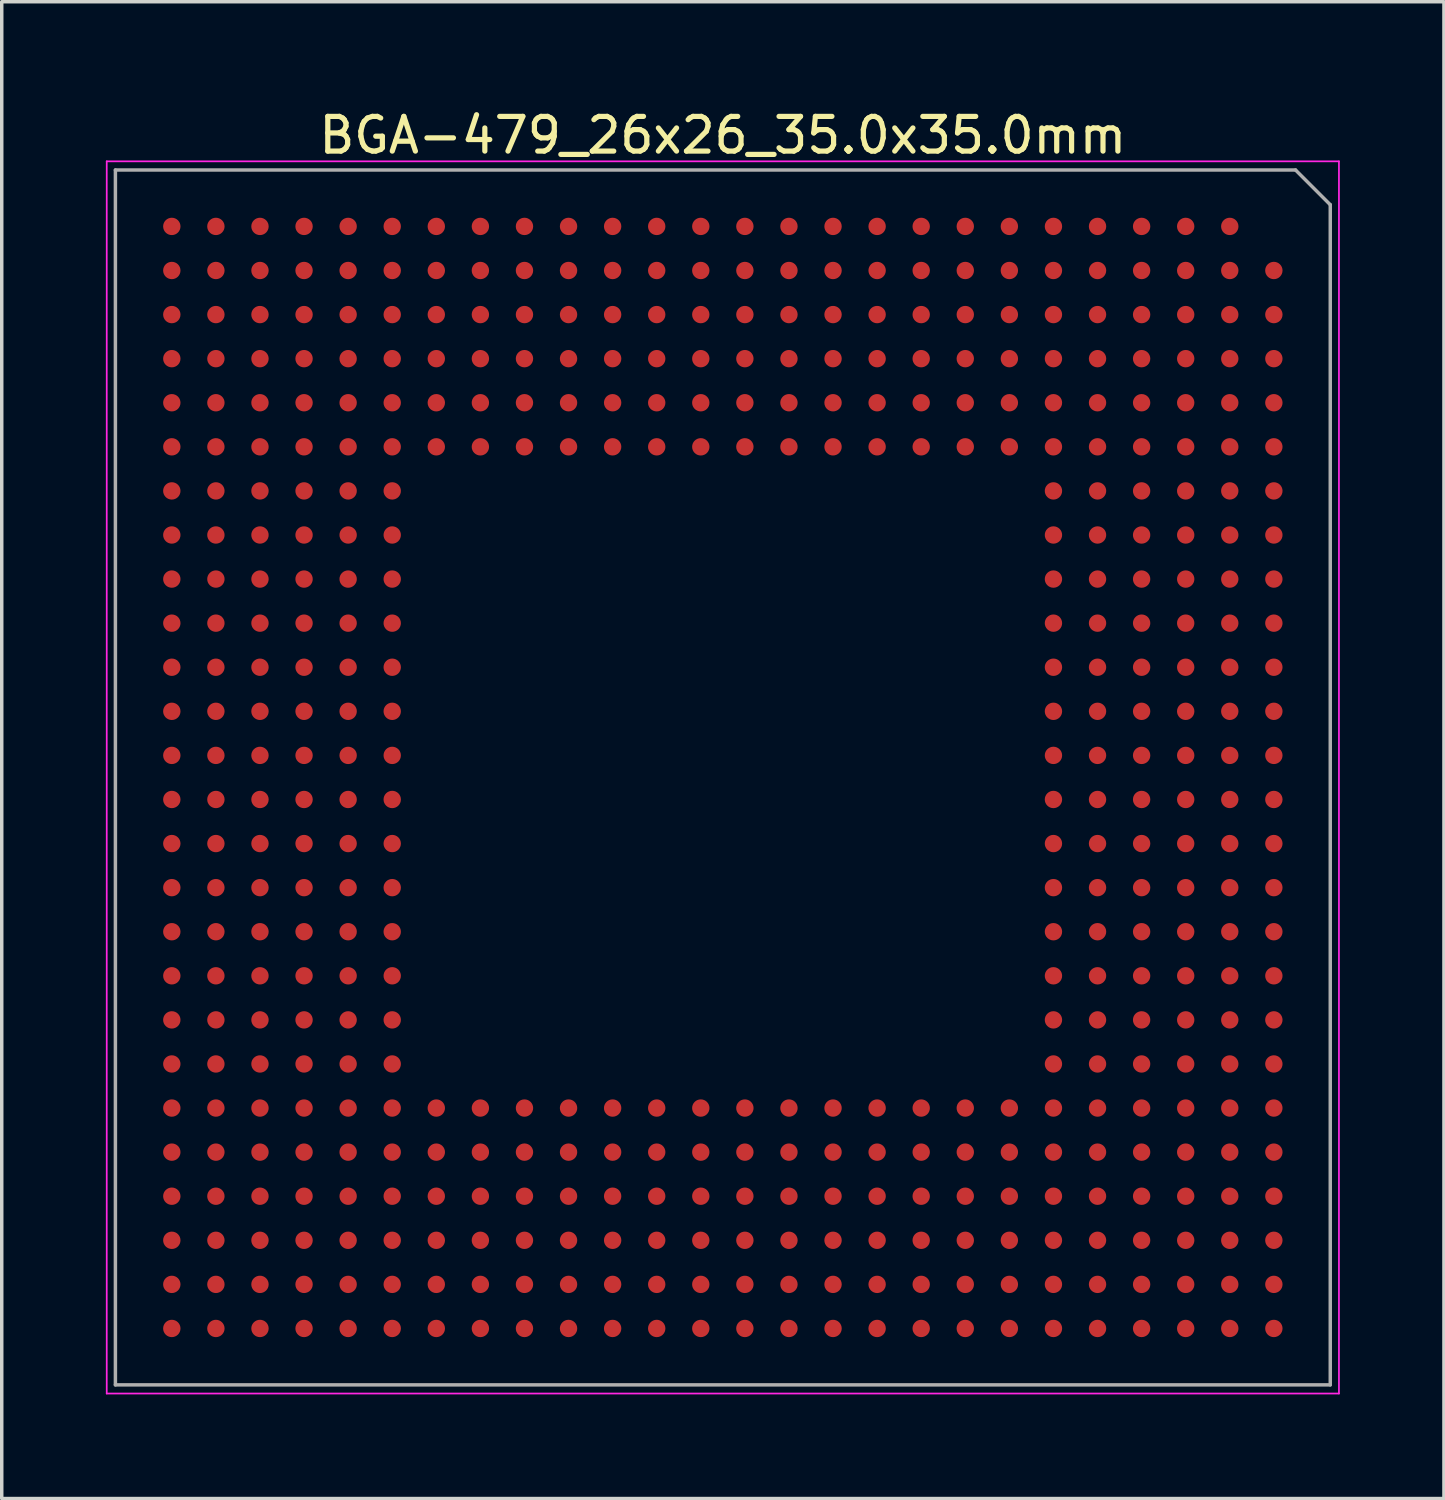
<source format=kicad_pcb>
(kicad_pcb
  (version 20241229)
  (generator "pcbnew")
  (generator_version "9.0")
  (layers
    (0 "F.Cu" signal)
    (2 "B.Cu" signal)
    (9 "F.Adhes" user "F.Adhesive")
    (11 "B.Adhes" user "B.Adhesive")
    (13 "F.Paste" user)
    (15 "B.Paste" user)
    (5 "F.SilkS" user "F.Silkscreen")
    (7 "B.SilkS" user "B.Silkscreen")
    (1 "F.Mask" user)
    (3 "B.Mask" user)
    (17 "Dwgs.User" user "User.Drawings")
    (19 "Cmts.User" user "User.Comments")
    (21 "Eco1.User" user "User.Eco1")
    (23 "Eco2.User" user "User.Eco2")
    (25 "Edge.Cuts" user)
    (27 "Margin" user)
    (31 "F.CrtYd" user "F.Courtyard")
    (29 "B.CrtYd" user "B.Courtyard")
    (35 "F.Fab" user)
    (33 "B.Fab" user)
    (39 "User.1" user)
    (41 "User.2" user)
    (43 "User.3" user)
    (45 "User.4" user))
  (footprint "BGA-479_26x26_35.0x35.0mm"
    (layer "F.Cu")
    (at 17.775 19.348)
    (property "Reference" "BGA-479_26x26_35.0x35.0mm" (at 0 -18.5 0) (layer "F.SilkS") (effects (font (size 1 1) (thickness 0.15))))
    (attr smd)
    (fp_line (start -17.75 -17.75) (end -17.75 17.75) (stroke (width 0.05) (type solid)) (layer "F.CrtYd"))
    (fp_line (start -17.75 17.75) (end 17.75 17.75) (stroke (width 0.05) (type solid)) (layer "F.CrtYd"))
    (fp_line (start 17.75 -17.75) (end -17.75 -17.75) (stroke (width 0.05) (type solid)) (layer "F.CrtYd"))
    (fp_line (start 17.75 17.75) (end 17.75 -17.75) (stroke (width 0.05) (type solid)) (layer "F.CrtYd"))
    (fp_line (start -17.5 -17.5) (end 16.5 -17.5) (stroke (width 0.1) (type solid)) (layer "F.Fab"))
    (fp_line (start -17.5 17.5) (end -17.5 -17.5) (stroke (width 0.1) (type solid)) (layer "F.Fab"))
    (fp_line (start 16.5 -17.5) (end 17.5 -16.5) (stroke (width 0.1) (type solid)) (layer "F.Fab"))
    (fp_line (start 17.5 -16.5) (end 17.5 17.5) (stroke (width 0.1) (type solid)) (layer "F.Fab"))
    (fp_line (start 17.5 17.5) (end -17.5 17.5) (stroke (width 0.1) (type solid)) (layer "F.Fab"))
    (pad "A2" smd circle (at 14.605 -15.875) (size 0.5 0.5) (layers "F.Cu" "F.Mask" "F.Paste"))
    (pad "A3" smd circle (at 13.335 -15.875) (size 0.5 0.5) (layers "F.Cu" "F.Mask" "F.Paste"))
    (pad "A4" smd circle (at 12.065 -15.875) (size 0.5 0.5) (layers "F.Cu" "F.Mask" "F.Paste"))
    (pad "A5" smd circle (at 10.795 -15.875) (size 0.5 0.5) (layers "F.Cu" "F.Mask" "F.Paste"))
    (pad "A6" smd circle (at 9.525 -15.875) (size 0.5 0.5) (layers "F.Cu" "F.Mask" "F.Paste"))
    (pad "A7" smd circle (at 8.255 -15.875) (size 0.5 0.5) (layers "F.Cu" "F.Mask" "F.Paste"))
    (pad "A8" smd circle (at 6.985 -15.875) (size 0.5 0.5) (layers "F.Cu" "F.Mask" "F.Paste"))
    (pad "A9" smd circle (at 5.715 -15.875) (size 0.5 0.5) (layers "F.Cu" "F.Mask" "F.Paste"))
    (pad "A10" smd circle (at 4.445 -15.875) (size 0.5 0.5) (layers "F.Cu" "F.Mask" "F.Paste"))
    (pad "A11" smd circle (at 3.175 -15.875) (size 0.5 0.5) (layers "F.Cu" "F.Mask" "F.Paste"))
    (pad "A12" smd circle (at 1.905 -15.875) (size 0.5 0.5) (layers "F.Cu" "F.Mask" "F.Paste"))
    (pad "A13" smd circle (at 0.635 -15.875) (size 0.5 0.5) (layers "F.Cu" "F.Mask" "F.Paste"))
    (pad "A14" smd circle (at -0.635 -15.875) (size 0.5 0.5) (layers "F.Cu" "F.Mask" "F.Paste"))
    (pad "A15" smd circle (at -1.905 -15.875) (size 0.5 0.5) (layers "F.Cu" "F.Mask" "F.Paste"))
    (pad "A16" smd circle (at -3.175 -15.875) (size 0.5 0.5) (layers "F.Cu" "F.Mask" "F.Paste"))
    (pad "A17" smd circle (at -4.445 -15.875) (size 0.5 0.5) (layers "F.Cu" "F.Mask" "F.Paste"))
    (pad "A18" smd circle (at -5.715 -15.875) (size 0.5 0.5) (layers "F.Cu" "F.Mask" "F.Paste"))
    (pad "A19" smd circle (at -6.985 -15.875) (size 0.5 0.5) (layers "F.Cu" "F.Mask" "F.Paste"))
    (pad "A20" smd circle (at -8.255 -15.875) (size 0.5 0.5) (layers "F.Cu" "F.Mask" "F.Paste"))
    (pad "A21" smd circle (at -9.525 -15.875) (size 0.5 0.5) (layers "F.Cu" "F.Mask" "F.Paste"))
    (pad "A22" smd circle (at -10.795 -15.875) (size 0.5 0.5) (layers "F.Cu" "F.Mask" "F.Paste"))
    (pad "A23" smd circle (at -12.065 -15.875) (size 0.5 0.5) (layers "F.Cu" "F.Mask" "F.Paste"))
    (pad "A24" smd circle (at -13.335 -15.875) (size 0.5 0.5) (layers "F.Cu" "F.Mask" "F.Paste"))
    (pad "A25" smd circle (at -14.605 -15.875) (size 0.5 0.5) (layers "F.Cu" "F.Mask" "F.Paste"))
    (pad "A26" smd circle (at -15.875 -15.875) (size 0.5 0.5) (layers "F.Cu" "F.Mask" "F.Paste"))
    (pad "AA1" smd circle (at 15.875 9.525) (size 0.5 0.5) (layers "F.Cu" "F.Mask" "F.Paste"))
    (pad "AA2" smd circle (at 14.605 9.525) (size 0.5 0.5) (layers "F.Cu" "F.Mask" "F.Paste"))
    (pad "AA3" smd circle (at 13.335 9.525) (size 0.5 0.5) (layers "F.Cu" "F.Mask" "F.Paste"))
    (pad "AA4" smd circle (at 12.065 9.525) (size 0.5 0.5) (layers "F.Cu" "F.Mask" "F.Paste"))
    (pad "AA5" smd circle (at 10.795 9.525) (size 0.5 0.5) (layers "F.Cu" "F.Mask" "F.Paste"))
    (pad "AA6" smd circle (at 9.525 9.525) (size 0.5 0.5) (layers "F.Cu" "F.Mask" "F.Paste"))
    (pad "AA7" smd circle (at 8.255 9.525) (size 0.5 0.5) (layers "F.Cu" "F.Mask" "F.Paste"))
    (pad "AA8" smd circle (at 6.985 9.525) (size 0.5 0.5) (layers "F.Cu" "F.Mask" "F.Paste"))
    (pad "AA9" smd circle (at 5.715 9.525) (size 0.5 0.5) (layers "F.Cu" "F.Mask" "F.Paste"))
    (pad "AA10" smd circle (at 4.445 9.525) (size 0.5 0.5) (layers "F.Cu" "F.Mask" "F.Paste"))
    (pad "AA11" smd circle (at 3.175 9.525) (size 0.5 0.5) (layers "F.Cu" "F.Mask" "F.Paste"))
    (pad "AA12" smd circle (at 1.905 9.525) (size 0.5 0.5) (layers "F.Cu" "F.Mask" "F.Paste"))
    (pad "AA13" smd circle (at 0.635 9.525) (size 0.5 0.5) (layers "F.Cu" "F.Mask" "F.Paste"))
    (pad "AA14" smd circle (at -0.635 9.525) (size 0.5 0.5) (layers "F.Cu" "F.Mask" "F.Paste"))
    (pad "AA15" smd circle (at -1.905 9.525) (size 0.5 0.5) (layers "F.Cu" "F.Mask" "F.Paste"))
    (pad "AA16" smd circle (at -3.175 9.525) (size 0.5 0.5) (layers "F.Cu" "F.Mask" "F.Paste"))
    (pad "AA17" smd circle (at -4.445 9.525) (size 0.5 0.5) (layers "F.Cu" "F.Mask" "F.Paste"))
    (pad "AA18" smd circle (at -5.715 9.525) (size 0.5 0.5) (layers "F.Cu" "F.Mask" "F.Paste"))
    (pad "AA19" smd circle (at -6.985 9.525) (size 0.5 0.5) (layers "F.Cu" "F.Mask" "F.Paste"))
    (pad "AA20" smd circle (at -8.255 9.525) (size 0.5 0.5) (layers "F.Cu" "F.Mask" "F.Paste"))
    (pad "AA21" smd circle (at -9.525 9.525) (size 0.5 0.5) (layers "F.Cu" "F.Mask" "F.Paste"))
    (pad "AA22" smd circle (at -10.795 9.525) (size 0.5 0.5) (layers "F.Cu" "F.Mask" "F.Paste"))
    (pad "AA23" smd circle (at -12.065 9.525) (size 0.5 0.5) (layers "F.Cu" "F.Mask" "F.Paste"))
    (pad "AA24" smd circle (at -13.335 9.525) (size 0.5 0.5) (layers "F.Cu" "F.Mask" "F.Paste"))
    (pad "AA25" smd circle (at -14.605 9.525) (size 0.5 0.5) (layers "F.Cu" "F.Mask" "F.Paste"))
    (pad "AA26" smd circle (at -15.875 9.525) (size 0.5 0.5) (layers "F.Cu" "F.Mask" "F.Paste"))
    (pad "AB1" smd circle (at 15.875 10.795) (size 0.5 0.5) (layers "F.Cu" "F.Mask" "F.Paste"))
    (pad "AB2" smd circle (at 14.605 10.795) (size 0.5 0.5) (layers "F.Cu" "F.Mask" "F.Paste"))
    (pad "AB3" smd circle (at 13.335 10.795) (size 0.5 0.5) (layers "F.Cu" "F.Mask" "F.Paste"))
    (pad "AB4" smd circle (at 12.065 10.795) (size 0.5 0.5) (layers "F.Cu" "F.Mask" "F.Paste"))
    (pad "AB5" smd circle (at 10.795 10.795) (size 0.5 0.5) (layers "F.Cu" "F.Mask" "F.Paste"))
    (pad "AB6" smd circle (at 9.525 10.795) (size 0.5 0.5) (layers "F.Cu" "F.Mask" "F.Paste"))
    (pad "AB7" smd circle (at 8.255 10.795) (size 0.5 0.5) (layers "F.Cu" "F.Mask" "F.Paste"))
    (pad "AB8" smd circle (at 6.985 10.795) (size 0.5 0.5) (layers "F.Cu" "F.Mask" "F.Paste"))
    (pad "AB9" smd circle (at 5.715 10.795) (size 0.5 0.5) (layers "F.Cu" "F.Mask" "F.Paste"))
    (pad "AB10" smd circle (at 4.445 10.795) (size 0.5 0.5) (layers "F.Cu" "F.Mask" "F.Paste"))
    (pad "AB11" smd circle (at 3.175 10.795) (size 0.5 0.5) (layers "F.Cu" "F.Mask" "F.Paste"))
    (pad "AB12" smd circle (at 1.905 10.795) (size 0.5 0.5) (layers "F.Cu" "F.Mask" "F.Paste"))
    (pad "AB13" smd circle (at 0.635 10.795) (size 0.5 0.5) (layers "F.Cu" "F.Mask" "F.Paste"))
    (pad "AB14" smd circle (at -0.635 10.795) (size 0.5 0.5) (layers "F.Cu" "F.Mask" "F.Paste"))
    (pad "AB15" smd circle (at -1.905 10.795) (size 0.5 0.5) (layers "F.Cu" "F.Mask" "F.Paste"))
    (pad "AB16" smd circle (at -3.175 10.795) (size 0.5 0.5) (layers "F.Cu" "F.Mask" "F.Paste"))
    (pad "AB17" smd circle (at -4.445 10.795) (size 0.5 0.5) (layers "F.Cu" "F.Mask" "F.Paste"))
    (pad "AB18" smd circle (at -5.715 10.795) (size 0.5 0.5) (layers "F.Cu" "F.Mask" "F.Paste"))
    (pad "AB19" smd circle (at -6.985 10.795) (size 0.5 0.5) (layers "F.Cu" "F.Mask" "F.Paste"))
    (pad "AB20" smd circle (at -8.255 10.795) (size 0.5 0.5) (layers "F.Cu" "F.Mask" "F.Paste"))
    (pad "AB21" smd circle (at -9.525 10.795) (size 0.5 0.5) (layers "F.Cu" "F.Mask" "F.Paste"))
    (pad "AB22" smd circle (at -10.795 10.795) (size 0.5 0.5) (layers "F.Cu" "F.Mask" "F.Paste"))
    (pad "AB23" smd circle (at -12.065 10.795) (size 0.5 0.5) (layers "F.Cu" "F.Mask" "F.Paste"))
    (pad "AB24" smd circle (at -13.335 10.795) (size 0.5 0.5) (layers "F.Cu" "F.Mask" "F.Paste"))
    (pad "AB25" smd circle (at -14.605 10.795) (size 0.5 0.5) (layers "F.Cu" "F.Mask" "F.Paste"))
    (pad "AB26" smd circle (at -15.875 10.795) (size 0.5 0.5) (layers "F.Cu" "F.Mask" "F.Paste"))
    (pad "AC1" smd circle (at 15.875 12.065) (size 0.5 0.5) (layers "F.Cu" "F.Mask" "F.Paste"))
    (pad "AC2" smd circle (at 14.605 12.065) (size 0.5 0.5) (layers "F.Cu" "F.Mask" "F.Paste"))
    (pad "AC3" smd circle (at 13.335 12.065) (size 0.5 0.5) (layers "F.Cu" "F.Mask" "F.Paste"))
    (pad "AC4" smd circle (at 12.065 12.065) (size 0.5 0.5) (layers "F.Cu" "F.Mask" "F.Paste"))
    (pad "AC5" smd circle (at 10.795 12.065) (size 0.5 0.5) (layers "F.Cu" "F.Mask" "F.Paste"))
    (pad "AC6" smd circle (at 9.525 12.065) (size 0.5 0.5) (layers "F.Cu" "F.Mask" "F.Paste"))
    (pad "AC7" smd circle (at 8.255 12.065) (size 0.5 0.5) (layers "F.Cu" "F.Mask" "F.Paste"))
    (pad "AC8" smd circle (at 6.985 12.065) (size 0.5 0.5) (layers "F.Cu" "F.Mask" "F.Paste"))
    (pad "AC9" smd circle (at 5.715 12.065) (size 0.5 0.5) (layers "F.Cu" "F.Mask" "F.Paste"))
    (pad "AC10" smd circle (at 4.445 12.065) (size 0.5 0.5) (layers "F.Cu" "F.Mask" "F.Paste"))
    (pad "AC11" smd circle (at 3.175 12.065) (size 0.5 0.5) (layers "F.Cu" "F.Mask" "F.Paste"))
    (pad "AC12" smd circle (at 1.905 12.065) (size 0.5 0.5) (layers "F.Cu" "F.Mask" "F.Paste"))
    (pad "AC13" smd circle (at 0.635 12.065) (size 0.5 0.5) (layers "F.Cu" "F.Mask" "F.Paste"))
    (pad "AC14" smd circle (at -0.635 12.065) (size 0.5 0.5) (layers "F.Cu" "F.Mask" "F.Paste"))
    (pad "AC15" smd circle (at -1.905 12.065) (size 0.5 0.5) (layers "F.Cu" "F.Mask" "F.Paste"))
    (pad "AC16" smd circle (at -3.175 12.065) (size 0.5 0.5) (layers "F.Cu" "F.Mask" "F.Paste"))
    (pad "AC17" smd circle (at -4.445 12.065) (size 0.5 0.5) (layers "F.Cu" "F.Mask" "F.Paste"))
    (pad "AC18" smd circle (at -5.715 12.065) (size 0.5 0.5) (layers "F.Cu" "F.Mask" "F.Paste"))
    (pad "AC19" smd circle (at -6.985 12.065) (size 0.5 0.5) (layers "F.Cu" "F.Mask" "F.Paste"))
    (pad "AC20" smd circle (at -8.255 12.065) (size 0.5 0.5) (layers "F.Cu" "F.Mask" "F.Paste"))
    (pad "AC21" smd circle (at -9.525 12.065) (size 0.5 0.5) (layers "F.Cu" "F.Mask" "F.Paste"))
    (pad "AC22" smd circle (at -10.795 12.065) (size 0.5 0.5) (layers "F.Cu" "F.Mask" "F.Paste"))
    (pad "AC23" smd circle (at -12.065 12.065) (size 0.5 0.5) (layers "F.Cu" "F.Mask" "F.Paste"))
    (pad "AC24" smd circle (at -13.335 12.065) (size 0.5 0.5) (layers "F.Cu" "F.Mask" "F.Paste"))
    (pad "AC25" smd circle (at -14.605 12.065) (size 0.5 0.5) (layers "F.Cu" "F.Mask" "F.Paste"))
    (pad "AC26" smd circle (at -15.875 12.065) (size 0.5 0.5) (layers "F.Cu" "F.Mask" "F.Paste"))
    (pad "AD1" smd circle (at 15.875 13.335) (size 0.5 0.5) (layers "F.Cu" "F.Mask" "F.Paste"))
    (pad "AD2" smd circle (at 14.605 13.335) (size 0.5 0.5) (layers "F.Cu" "F.Mask" "F.Paste"))
    (pad "AD3" smd circle (at 13.335 13.335) (size 0.5 0.5) (layers "F.Cu" "F.Mask" "F.Paste"))
    (pad "AD4" smd circle (at 12.065 13.335) (size 0.5 0.5) (layers "F.Cu" "F.Mask" "F.Paste"))
    (pad "AD5" smd circle (at 10.795 13.335) (size 0.5 0.5) (layers "F.Cu" "F.Mask" "F.Paste"))
    (pad "AD6" smd circle (at 9.525 13.335) (size 0.5 0.5) (layers "F.Cu" "F.Mask" "F.Paste"))
    (pad "AD7" smd circle (at 8.255 13.335) (size 0.5 0.5) (layers "F.Cu" "F.Mask" "F.Paste"))
    (pad "AD8" smd circle (at 6.985 13.335) (size 0.5 0.5) (layers "F.Cu" "F.Mask" "F.Paste"))
    (pad "AD9" smd circle (at 5.715 13.335) (size 0.5 0.5) (layers "F.Cu" "F.Mask" "F.Paste"))
    (pad "AD10" smd circle (at 4.445 13.335) (size 0.5 0.5) (layers "F.Cu" "F.Mask" "F.Paste"))
    (pad "AD11" smd circle (at 3.175 13.335) (size 0.5 0.5) (layers "F.Cu" "F.Mask" "F.Paste"))
    (pad "AD12" smd circle (at 1.905 13.335) (size 0.5 0.5) (layers "F.Cu" "F.Mask" "F.Paste"))
    (pad "AD13" smd circle (at 0.635 13.335) (size 0.5 0.5) (layers "F.Cu" "F.Mask" "F.Paste"))
    (pad "AD14" smd circle (at -0.635 13.335) (size 0.5 0.5) (layers "F.Cu" "F.Mask" "F.Paste"))
    (pad "AD15" smd circle (at -1.905 13.335) (size 0.5 0.5) (layers "F.Cu" "F.Mask" "F.Paste"))
    (pad "AD16" smd circle (at -3.175 13.335) (size 0.5 0.5) (layers "F.Cu" "F.Mask" "F.Paste"))
    (pad "AD17" smd circle (at -4.445 13.335) (size 0.5 0.5) (layers "F.Cu" "F.Mask" "F.Paste"))
    (pad "AD18" smd circle (at -5.715 13.335) (size 0.5 0.5) (layers "F.Cu" "F.Mask" "F.Paste"))
    (pad "AD19" smd circle (at -6.985 13.335) (size 0.5 0.5) (layers "F.Cu" "F.Mask" "F.Paste"))
    (pad "AD20" smd circle (at -8.255 13.335) (size 0.5 0.5) (layers "F.Cu" "F.Mask" "F.Paste"))
    (pad "AD21" smd circle (at -9.525 13.335) (size 0.5 0.5) (layers "F.Cu" "F.Mask" "F.Paste"))
    (pad "AD22" smd circle (at -10.795 13.335) (size 0.5 0.5) (layers "F.Cu" "F.Mask" "F.Paste"))
    (pad "AD23" smd circle (at -12.065 13.335) (size 0.5 0.5) (layers "F.Cu" "F.Mask" "F.Paste"))
    (pad "AD24" smd circle (at -13.335 13.335) (size 0.5 0.5) (layers "F.Cu" "F.Mask" "F.Paste"))
    (pad "AD25" smd circle (at -14.605 13.335) (size 0.5 0.5) (layers "F.Cu" "F.Mask" "F.Paste"))
    (pad "AD26" smd circle (at -15.875 13.335) (size 0.5 0.5) (layers "F.Cu" "F.Mask" "F.Paste"))
    (pad "AE1" smd circle (at 15.875 14.605) (size 0.5 0.5) (layers "F.Cu" "F.Mask" "F.Paste"))
    (pad "AE2" smd circle (at 14.605 14.605) (size 0.5 0.5) (layers "F.Cu" "F.Mask" "F.Paste"))
    (pad "AE3" smd circle (at 13.335 14.605) (size 0.5 0.5) (layers "F.Cu" "F.Mask" "F.Paste"))
    (pad "AE4" smd circle (at 12.065 14.605) (size 0.5 0.5) (layers "F.Cu" "F.Mask" "F.Paste"))
    (pad "AE5" smd circle (at 10.795 14.605) (size 0.5 0.5) (layers "F.Cu" "F.Mask" "F.Paste"))
    (pad "AE6" smd circle (at 9.525 14.605) (size 0.5 0.5) (layers "F.Cu" "F.Mask" "F.Paste"))
    (pad "AE7" smd circle (at 8.255 14.605) (size 0.5 0.5) (layers "F.Cu" "F.Mask" "F.Paste"))
    (pad "AE8" smd circle (at 6.985 14.605) (size 0.5 0.5) (layers "F.Cu" "F.Mask" "F.Paste"))
    (pad "AE9" smd circle (at 5.715 14.605) (size 0.5 0.5) (layers "F.Cu" "F.Mask" "F.Paste"))
    (pad "AE10" smd circle (at 4.445 14.605) (size 0.5 0.5) (layers "F.Cu" "F.Mask" "F.Paste"))
    (pad "AE11" smd circle (at 3.175 14.605) (size 0.5 0.5) (layers "F.Cu" "F.Mask" "F.Paste"))
    (pad "AE12" smd circle (at 1.905 14.605) (size 0.5 0.5) (layers "F.Cu" "F.Mask" "F.Paste"))
    (pad "AE13" smd circle (at 0.635 14.605) (size 0.5 0.5) (layers "F.Cu" "F.Mask" "F.Paste"))
    (pad "AE14" smd circle (at -0.635 14.605) (size 0.5 0.5) (layers "F.Cu" "F.Mask" "F.Paste"))
    (pad "AE15" smd circle (at -1.905 14.605) (size 0.5 0.5) (layers "F.Cu" "F.Mask" "F.Paste"))
    (pad "AE16" smd circle (at -3.175 14.605) (size 0.5 0.5) (layers "F.Cu" "F.Mask" "F.Paste"))
    (pad "AE17" smd circle (at -4.445 14.605) (size 0.5 0.5) (layers "F.Cu" "F.Mask" "F.Paste"))
    (pad "AE18" smd circle (at -5.715 14.605) (size 0.5 0.5) (layers "F.Cu" "F.Mask" "F.Paste"))
    (pad "AE19" smd circle (at -6.985 14.605) (size 0.5 0.5) (layers "F.Cu" "F.Mask" "F.Paste"))
    (pad "AE20" smd circle (at -8.255 14.605) (size 0.5 0.5) (layers "F.Cu" "F.Mask" "F.Paste"))
    (pad "AE21" smd circle (at -9.525 14.605) (size 0.5 0.5) (layers "F.Cu" "F.Mask" "F.Paste"))
    (pad "AE22" smd circle (at -10.795 14.605) (size 0.5 0.5) (layers "F.Cu" "F.Mask" "F.Paste"))
    (pad "AE23" smd circle (at -12.065 14.605) (size 0.5 0.5) (layers "F.Cu" "F.Mask" "F.Paste"))
    (pad "AE24" smd circle (at -13.335 14.605) (size 0.5 0.5) (layers "F.Cu" "F.Mask" "F.Paste"))
    (pad "AE25" smd circle (at -14.605 14.605) (size 0.5 0.5) (layers "F.Cu" "F.Mask" "F.Paste"))
    (pad "AE26" smd circle (at -15.875 14.605) (size 0.5 0.5) (layers "F.Cu" "F.Mask" "F.Paste"))
    (pad "AF1" smd circle (at 15.875 15.875) (size 0.5 0.5) (layers "F.Cu" "F.Mask" "F.Paste"))
    (pad "AF2" smd circle (at 14.605 15.875) (size 0.5 0.5) (layers "F.Cu" "F.Mask" "F.Paste"))
    (pad "AF3" smd circle (at 13.335 15.875) (size 0.5 0.5) (layers "F.Cu" "F.Mask" "F.Paste"))
    (pad "AF4" smd circle (at 12.065 15.875) (size 0.5 0.5) (layers "F.Cu" "F.Mask" "F.Paste"))
    (pad "AF5" smd circle (at 10.795 15.875) (size 0.5 0.5) (layers "F.Cu" "F.Mask" "F.Paste"))
    (pad "AF6" smd circle (at 9.525 15.875) (size 0.5 0.5) (layers "F.Cu" "F.Mask" "F.Paste"))
    (pad "AF7" smd circle (at 8.255 15.875) (size 0.5 0.5) (layers "F.Cu" "F.Mask" "F.Paste"))
    (pad "AF8" smd circle (at 6.985 15.875) (size 0.5 0.5) (layers "F.Cu" "F.Mask" "F.Paste"))
    (pad "AF9" smd circle (at 5.715 15.875) (size 0.5 0.5) (layers "F.Cu" "F.Mask" "F.Paste"))
    (pad "AF10" smd circle (at 4.445 15.875) (size 0.5 0.5) (layers "F.Cu" "F.Mask" "F.Paste"))
    (pad "AF11" smd circle (at 3.175 15.875) (size 0.5 0.5) (layers "F.Cu" "F.Mask" "F.Paste"))
    (pad "AF12" smd circle (at 1.905 15.875) (size 0.5 0.5) (layers "F.Cu" "F.Mask" "F.Paste"))
    (pad "AF13" smd circle (at 0.635 15.875) (size 0.5 0.5) (layers "F.Cu" "F.Mask" "F.Paste"))
    (pad "AF14" smd circle (at -0.635 15.875) (size 0.5 0.5) (layers "F.Cu" "F.Mask" "F.Paste"))
    (pad "AF15" smd circle (at -1.905 15.875) (size 0.5 0.5) (layers "F.Cu" "F.Mask" "F.Paste"))
    (pad "AF16" smd circle (at -3.175 15.875) (size 0.5 0.5) (layers "F.Cu" "F.Mask" "F.Paste"))
    (pad "AF17" smd circle (at -4.445 15.875) (size 0.5 0.5) (layers "F.Cu" "F.Mask" "F.Paste"))
    (pad "AF18" smd circle (at -5.715 15.875) (size 0.5 0.5) (layers "F.Cu" "F.Mask" "F.Paste"))
    (pad "AF19" smd circle (at -6.985 15.875) (size 0.5 0.5) (layers "F.Cu" "F.Mask" "F.Paste"))
    (pad "AF20" smd circle (at -8.255 15.875) (size 0.5 0.5) (layers "F.Cu" "F.Mask" "F.Paste"))
    (pad "AF21" smd circle (at -9.525 15.875) (size 0.5 0.5) (layers "F.Cu" "F.Mask" "F.Paste"))
    (pad "AF22" smd circle (at -10.795 15.875) (size 0.5 0.5) (layers "F.Cu" "F.Mask" "F.Paste"))
    (pad "AF23" smd circle (at -12.065 15.875) (size 0.5 0.5) (layers "F.Cu" "F.Mask" "F.Paste"))
    (pad "AF24" smd circle (at -13.335 15.875) (size 0.5 0.5) (layers "F.Cu" "F.Mask" "F.Paste"))
    (pad "AF25" smd circle (at -14.605 15.875) (size 0.5 0.5) (layers "F.Cu" "F.Mask" "F.Paste"))
    (pad "AF26" smd circle (at -15.875 15.875) (size 0.5 0.5) (layers "F.Cu" "F.Mask" "F.Paste"))
    (pad "B1" smd circle (at 15.875 -14.605) (size 0.5 0.5) (layers "F.Cu" "F.Mask" "F.Paste"))
    (pad "B2" smd circle (at 14.605 -14.605) (size 0.5 0.5) (layers "F.Cu" "F.Mask" "F.Paste"))
    (pad "B3" smd circle (at 13.335 -14.605) (size 0.5 0.5) (layers "F.Cu" "F.Mask" "F.Paste"))
    (pad "B4" smd circle (at 12.065 -14.605) (size 0.5 0.5) (layers "F.Cu" "F.Mask" "F.Paste"))
    (pad "B5" smd circle (at 10.795 -14.605) (size 0.5 0.5) (layers "F.Cu" "F.Mask" "F.Paste"))
    (pad "B6" smd circle (at 9.525 -14.605) (size 0.5 0.5) (layers "F.Cu" "F.Mask" "F.Paste"))
    (pad "B7" smd circle (at 8.255 -14.605) (size 0.5 0.5) (layers "F.Cu" "F.Mask" "F.Paste"))
    (pad "B8" smd circle (at 6.985 -14.605) (size 0.5 0.5) (layers "F.Cu" "F.Mask" "F.Paste"))
    (pad "B9" smd circle (at 5.715 -14.605) (size 0.5 0.5) (layers "F.Cu" "F.Mask" "F.Paste"))
    (pad "B10" smd circle (at 4.445 -14.605) (size 0.5 0.5) (layers "F.Cu" "F.Mask" "F.Paste"))
    (pad "B11" smd circle (at 3.175 -14.605) (size 0.5 0.5) (layers "F.Cu" "F.Mask" "F.Paste"))
    (pad "B12" smd circle (at 1.905 -14.605) (size 0.5 0.5) (layers "F.Cu" "F.Mask" "F.Paste"))
    (pad "B13" smd circle (at 0.635 -14.605) (size 0.5 0.5) (layers "F.Cu" "F.Mask" "F.Paste"))
    (pad "B14" smd circle (at -0.635 -14.605) (size 0.5 0.5) (layers "F.Cu" "F.Mask" "F.Paste"))
    (pad "B15" smd circle (at -1.905 -14.605) (size 0.5 0.5) (layers "F.Cu" "F.Mask" "F.Paste"))
    (pad "B16" smd circle (at -3.175 -14.605) (size 0.5 0.5) (layers "F.Cu" "F.Mask" "F.Paste"))
    (pad "B17" smd circle (at -4.445 -14.605) (size 0.5 0.5) (layers "F.Cu" "F.Mask" "F.Paste"))
    (pad "B18" smd circle (at -5.715 -14.605) (size 0.5 0.5) (layers "F.Cu" "F.Mask" "F.Paste"))
    (pad "B19" smd circle (at -6.985 -14.605) (size 0.5 0.5) (layers "F.Cu" "F.Mask" "F.Paste"))
    (pad "B20" smd circle (at -8.255 -14.605) (size 0.5 0.5) (layers "F.Cu" "F.Mask" "F.Paste"))
    (pad "B21" smd circle (at -9.525 -14.605) (size 0.5 0.5) (layers "F.Cu" "F.Mask" "F.Paste"))
    (pad "B22" smd circle (at -10.795 -14.605) (size 0.5 0.5) (layers "F.Cu" "F.Mask" "F.Paste"))
    (pad "B23" smd circle (at -12.065 -14.605) (size 0.5 0.5) (layers "F.Cu" "F.Mask" "F.Paste"))
    (pad "B24" smd circle (at -13.335 -14.605) (size 0.5 0.5) (layers "F.Cu" "F.Mask" "F.Paste"))
    (pad "B25" smd circle (at -14.605 -14.605) (size 0.5 0.5) (layers "F.Cu" "F.Mask" "F.Paste"))
    (pad "B26" smd circle (at -15.875 -14.605) (size 0.5 0.5) (layers "F.Cu" "F.Mask" "F.Paste"))
    (pad "C1" smd circle (at 15.875 -13.335) (size 0.5 0.5) (layers "F.Cu" "F.Mask" "F.Paste"))
    (pad "C2" smd circle (at 14.605 -13.335) (size 0.5 0.5) (layers "F.Cu" "F.Mask" "F.Paste"))
    (pad "C3" smd circle (at 13.335 -13.335) (size 0.5 0.5) (layers "F.Cu" "F.Mask" "F.Paste"))
    (pad "C4" smd circle (at 12.065 -13.335) (size 0.5 0.5) (layers "F.Cu" "F.Mask" "F.Paste"))
    (pad "C5" smd circle (at 10.795 -13.335) (size 0.5 0.5) (layers "F.Cu" "F.Mask" "F.Paste"))
    (pad "C6" smd circle (at 9.525 -13.335) (size 0.5 0.5) (layers "F.Cu" "F.Mask" "F.Paste"))
    (pad "C7" smd circle (at 8.255 -13.335) (size 0.5 0.5) (layers "F.Cu" "F.Mask" "F.Paste"))
    (pad "C8" smd circle (at 6.985 -13.335) (size 0.5 0.5) (layers "F.Cu" "F.Mask" "F.Paste"))
    (pad "C9" smd circle (at 5.715 -13.335) (size 0.5 0.5) (layers "F.Cu" "F.Mask" "F.Paste"))
    (pad "C10" smd circle (at 4.445 -13.335) (size 0.5 0.5) (layers "F.Cu" "F.Mask" "F.Paste"))
    (pad "C11" smd circle (at 3.175 -13.335) (size 0.5 0.5) (layers "F.Cu" "F.Mask" "F.Paste"))
    (pad "C12" smd circle (at 1.905 -13.335) (size 0.5 0.5) (layers "F.Cu" "F.Mask" "F.Paste"))
    (pad "C13" smd circle (at 0.635 -13.335) (size 0.5 0.5) (layers "F.Cu" "F.Mask" "F.Paste"))
    (pad "C14" smd circle (at -0.635 -13.335) (size 0.5 0.5) (layers "F.Cu" "F.Mask" "F.Paste"))
    (pad "C15" smd circle (at -1.905 -13.335) (size 0.5 0.5) (layers "F.Cu" "F.Mask" "F.Paste"))
    (pad "C16" smd circle (at -3.175 -13.335) (size 0.5 0.5) (layers "F.Cu" "F.Mask" "F.Paste"))
    (pad "C17" smd circle (at -4.445 -13.335) (size 0.5 0.5) (layers "F.Cu" "F.Mask" "F.Paste"))
    (pad "C18" smd circle (at -5.715 -13.335) (size 0.5 0.5) (layers "F.Cu" "F.Mask" "F.Paste"))
    (pad "C19" smd circle (at -6.985 -13.335) (size 0.5 0.5) (layers "F.Cu" "F.Mask" "F.Paste"))
    (pad "C20" smd circle (at -8.255 -13.335) (size 0.5 0.5) (layers "F.Cu" "F.Mask" "F.Paste"))
    (pad "C21" smd circle (at -9.525 -13.335) (size 0.5 0.5) (layers "F.Cu" "F.Mask" "F.Paste"))
    (pad "C22" smd circle (at -10.795 -13.335) (size 0.5 0.5) (layers "F.Cu" "F.Mask" "F.Paste"))
    (pad "C23" smd circle (at -12.065 -13.335) (size 0.5 0.5) (layers "F.Cu" "F.Mask" "F.Paste"))
    (pad "C24" smd circle (at -13.335 -13.335) (size 0.5 0.5) (layers "F.Cu" "F.Mask" "F.Paste"))
    (pad "C25" smd circle (at -14.605 -13.335) (size 0.5 0.5) (layers "F.Cu" "F.Mask" "F.Paste"))
    (pad "C26" smd circle (at -15.875 -13.335) (size 0.5 0.5) (layers "F.Cu" "F.Mask" "F.Paste"))
    (pad "D1" smd circle (at 15.875 -12.065) (size 0.5 0.5) (layers "F.Cu" "F.Mask" "F.Paste"))
    (pad "D2" smd circle (at 14.605 -12.065) (size 0.5 0.5) (layers "F.Cu" "F.Mask" "F.Paste"))
    (pad "D3" smd circle (at 13.335 -12.065) (size 0.5 0.5) (layers "F.Cu" "F.Mask" "F.Paste"))
    (pad "D4" smd circle (at 12.065 -12.065) (size 0.5 0.5) (layers "F.Cu" "F.Mask" "F.Paste"))
    (pad "D5" smd circle (at 10.795 -12.065) (size 0.5 0.5) (layers "F.Cu" "F.Mask" "F.Paste"))
    (pad "D6" smd circle (at 9.525 -12.065) (size 0.5 0.5) (layers "F.Cu" "F.Mask" "F.Paste"))
    (pad "D7" smd circle (at 8.255 -12.065) (size 0.5 0.5) (layers "F.Cu" "F.Mask" "F.Paste"))
    (pad "D8" smd circle (at 6.985 -12.065) (size 0.5 0.5) (layers "F.Cu" "F.Mask" "F.Paste"))
    (pad "D9" smd circle (at 5.715 -12.065) (size 0.5 0.5) (layers "F.Cu" "F.Mask" "F.Paste"))
    (pad "D10" smd circle (at 4.445 -12.065) (size 0.5 0.5) (layers "F.Cu" "F.Mask" "F.Paste"))
    (pad "D11" smd circle (at 3.175 -12.065) (size 0.5 0.5) (layers "F.Cu" "F.Mask" "F.Paste"))
    (pad "D12" smd circle (at 1.905 -12.065) (size 0.5 0.5) (layers "F.Cu" "F.Mask" "F.Paste"))
    (pad "D13" smd circle (at 0.635 -12.065) (size 0.5 0.5) (layers "F.Cu" "F.Mask" "F.Paste"))
    (pad "D14" smd circle (at -0.635 -12.065) (size 0.5 0.5) (layers "F.Cu" "F.Mask" "F.Paste"))
    (pad "D15" smd circle (at -1.905 -12.065) (size 0.5 0.5) (layers "F.Cu" "F.Mask" "F.Paste"))
    (pad "D16" smd circle (at -3.175 -12.065) (size 0.5 0.5) (layers "F.Cu" "F.Mask" "F.Paste"))
    (pad "D17" smd circle (at -4.445 -12.065) (size 0.5 0.5) (layers "F.Cu" "F.Mask" "F.Paste"))
    (pad "D18" smd circle (at -5.715 -12.065) (size 0.5 0.5) (layers "F.Cu" "F.Mask" "F.Paste"))
    (pad "D19" smd circle (at -6.985 -12.065) (size 0.5 0.5) (layers "F.Cu" "F.Mask" "F.Paste"))
    (pad "D20" smd circle (at -8.255 -12.065) (size 0.5 0.5) (layers "F.Cu" "F.Mask" "F.Paste"))
    (pad "D21" smd circle (at -9.525 -12.065) (size 0.5 0.5) (layers "F.Cu" "F.Mask" "F.Paste"))
    (pad "D22" smd circle (at -10.795 -12.065) (size 0.5 0.5) (layers "F.Cu" "F.Mask" "F.Paste"))
    (pad "D23" smd circle (at -12.065 -12.065) (size 0.5 0.5) (layers "F.Cu" "F.Mask" "F.Paste"))
    (pad "D24" smd circle (at -13.335 -12.065) (size 0.5 0.5) (layers "F.Cu" "F.Mask" "F.Paste"))
    (pad "D25" smd circle (at -14.605 -12.065) (size 0.5 0.5) (layers "F.Cu" "F.Mask" "F.Paste"))
    (pad "D26" smd circle (at -15.875 -12.065) (size 0.5 0.5) (layers "F.Cu" "F.Mask" "F.Paste"))
    (pad "E1" smd circle (at 15.875 -10.795) (size 0.5 0.5) (layers "F.Cu" "F.Mask" "F.Paste"))
    (pad "E2" smd circle (at 14.605 -10.795) (size 0.5 0.5) (layers "F.Cu" "F.Mask" "F.Paste"))
    (pad "E3" smd circle (at 13.335 -10.795) (size 0.5 0.5) (layers "F.Cu" "F.Mask" "F.Paste"))
    (pad "E4" smd circle (at 12.065 -10.795) (size 0.5 0.5) (layers "F.Cu" "F.Mask" "F.Paste"))
    (pad "E5" smd circle (at 10.795 -10.795) (size 0.5 0.5) (layers "F.Cu" "F.Mask" "F.Paste"))
    (pad "E6" smd circle (at 9.525 -10.795) (size 0.5 0.5) (layers "F.Cu" "F.Mask" "F.Paste"))
    (pad "E7" smd circle (at 8.255 -10.795) (size 0.5 0.5) (layers "F.Cu" "F.Mask" "F.Paste"))
    (pad "E8" smd circle (at 6.985 -10.795) (size 0.5 0.5) (layers "F.Cu" "F.Mask" "F.Paste"))
    (pad "E9" smd circle (at 5.715 -10.795) (size 0.5 0.5) (layers "F.Cu" "F.Mask" "F.Paste"))
    (pad "E10" smd circle (at 4.445 -10.795) (size 0.5 0.5) (layers "F.Cu" "F.Mask" "F.Paste"))
    (pad "E11" smd circle (at 3.175 -10.795) (size 0.5 0.5) (layers "F.Cu" "F.Mask" "F.Paste"))
    (pad "E12" smd circle (at 1.905 -10.795) (size 0.5 0.5) (layers "F.Cu" "F.Mask" "F.Paste"))
    (pad "E13" smd circle (at 0.635 -10.795) (size 0.5 0.5) (layers "F.Cu" "F.Mask" "F.Paste"))
    (pad "E14" smd circle (at -0.635 -10.795) (size 0.5 0.5) (layers "F.Cu" "F.Mask" "F.Paste"))
    (pad "E15" smd circle (at -1.905 -10.795) (size 0.5 0.5) (layers "F.Cu" "F.Mask" "F.Paste"))
    (pad "E16" smd circle (at -3.175 -10.795) (size 0.5 0.5) (layers "F.Cu" "F.Mask" "F.Paste"))
    (pad "E17" smd circle (at -4.445 -10.795) (size 0.5 0.5) (layers "F.Cu" "F.Mask" "F.Paste"))
    (pad "E18" smd circle (at -5.715 -10.795) (size 0.5 0.5) (layers "F.Cu" "F.Mask" "F.Paste"))
    (pad "E19" smd circle (at -6.985 -10.795) (size 0.5 0.5) (layers "F.Cu" "F.Mask" "F.Paste"))
    (pad "E20" smd circle (at -8.255 -10.795) (size 0.5 0.5) (layers "F.Cu" "F.Mask" "F.Paste"))
    (pad "E21" smd circle (at -9.525 -10.795) (size 0.5 0.5) (layers "F.Cu" "F.Mask" "F.Paste"))
    (pad "E22" smd circle (at -10.795 -10.795) (size 0.5 0.5) (layers "F.Cu" "F.Mask" "F.Paste"))
    (pad "E23" smd circle (at -12.065 -10.795) (size 0.5 0.5) (layers "F.Cu" "F.Mask" "F.Paste"))
    (pad "E24" smd circle (at -13.335 -10.795) (size 0.5 0.5) (layers "F.Cu" "F.Mask" "F.Paste"))
    (pad "E25" smd circle (at -14.605 -10.795) (size 0.5 0.5) (layers "F.Cu" "F.Mask" "F.Paste"))
    (pad "E26" smd circle (at -15.875 -10.795) (size 0.5 0.5) (layers "F.Cu" "F.Mask" "F.Paste"))
    (pad "F1" smd circle (at 15.875 -9.525) (size 0.5 0.5) (layers "F.Cu" "F.Mask" "F.Paste"))
    (pad "F2" smd circle (at 14.605 -9.525) (size 0.5 0.5) (layers "F.Cu" "F.Mask" "F.Paste"))
    (pad "F3" smd circle (at 13.335 -9.525) (size 0.5 0.5) (layers "F.Cu" "F.Mask" "F.Paste"))
    (pad "F4" smd circle (at 12.065 -9.525) (size 0.5 0.5) (layers "F.Cu" "F.Mask" "F.Paste"))
    (pad "F5" smd circle (at 10.795 -9.525) (size 0.5 0.5) (layers "F.Cu" "F.Mask" "F.Paste"))
    (pad "F6" smd circle (at 9.525 -9.525) (size 0.5 0.5) (layers "F.Cu" "F.Mask" "F.Paste"))
    (pad "F7" smd circle (at 8.255 -9.525) (size 0.5 0.5) (layers "F.Cu" "F.Mask" "F.Paste"))
    (pad "F8" smd circle (at 6.985 -9.525) (size 0.5 0.5) (layers "F.Cu" "F.Mask" "F.Paste"))
    (pad "F9" smd circle (at 5.715 -9.525) (size 0.5 0.5) (layers "F.Cu" "F.Mask" "F.Paste"))
    (pad "F10" smd circle (at 4.445 -9.525) (size 0.5 0.5) (layers "F.Cu" "F.Mask" "F.Paste"))
    (pad "F11" smd circle (at 3.175 -9.525) (size 0.5 0.5) (layers "F.Cu" "F.Mask" "F.Paste"))
    (pad "F12" smd circle (at 1.905 -9.525) (size 0.5 0.5) (layers "F.Cu" "F.Mask" "F.Paste"))
    (pad "F13" smd circle (at 0.635 -9.525) (size 0.5 0.5) (layers "F.Cu" "F.Mask" "F.Paste"))
    (pad "F14" smd circle (at -0.635 -9.525) (size 0.5 0.5) (layers "F.Cu" "F.Mask" "F.Paste"))
    (pad "F15" smd circle (at -1.905 -9.525) (size 0.5 0.5) (layers "F.Cu" "F.Mask" "F.Paste"))
    (pad "F16" smd circle (at -3.175 -9.525) (size 0.5 0.5) (layers "F.Cu" "F.Mask" "F.Paste"))
    (pad "F17" smd circle (at -4.445 -9.525) (size 0.5 0.5) (layers "F.Cu" "F.Mask" "F.Paste"))
    (pad "F18" smd circle (at -5.715 -9.525) (size 0.5 0.5) (layers "F.Cu" "F.Mask" "F.Paste"))
    (pad "F19" smd circle (at -6.985 -9.525) (size 0.5 0.5) (layers "F.Cu" "F.Mask" "F.Paste"))
    (pad "F20" smd circle (at -8.255 -9.525) (size 0.5 0.5) (layers "F.Cu" "F.Mask" "F.Paste"))
    (pad "F21" smd circle (at -9.525 -9.525) (size 0.5 0.5) (layers "F.Cu" "F.Mask" "F.Paste"))
    (pad "F22" smd circle (at -10.795 -9.525) (size 0.5 0.5) (layers "F.Cu" "F.Mask" "F.Paste"))
    (pad "F23" smd circle (at -12.065 -9.525) (size 0.5 0.5) (layers "F.Cu" "F.Mask" "F.Paste"))
    (pad "F24" smd circle (at -13.335 -9.525) (size 0.5 0.5) (layers "F.Cu" "F.Mask" "F.Paste"))
    (pad "F25" smd circle (at -14.605 -9.525) (size 0.5 0.5) (layers "F.Cu" "F.Mask" "F.Paste"))
    (pad "F26" smd circle (at -15.875 -9.525) (size 0.5 0.5) (layers "F.Cu" "F.Mask" "F.Paste"))
    (pad "G1" smd circle (at 15.875 -8.255) (size 0.5 0.5) (layers "F.Cu" "F.Mask" "F.Paste"))
    (pad "G2" smd circle (at 14.605 -8.255) (size 0.5 0.5) (layers "F.Cu" "F.Mask" "F.Paste"))
    (pad "G3" smd circle (at 13.335 -8.255) (size 0.5 0.5) (layers "F.Cu" "F.Mask" "F.Paste"))
    (pad "G4" smd circle (at 12.065 -8.255) (size 0.5 0.5) (layers "F.Cu" "F.Mask" "F.Paste"))
    (pad "G5" smd circle (at 10.795 -8.255) (size 0.5 0.5) (layers "F.Cu" "F.Mask" "F.Paste"))
    (pad "G6" smd circle (at 9.525 -8.255) (size 0.5 0.5) (layers "F.Cu" "F.Mask" "F.Paste"))
    (pad "G21" smd circle (at -9.525 -8.255) (size 0.5 0.5) (layers "F.Cu" "F.Mask" "F.Paste"))
    (pad "G22" smd circle (at -10.795 -8.255) (size 0.5 0.5) (layers "F.Cu" "F.Mask" "F.Paste"))
    (pad "G23" smd circle (at -12.065 -8.255) (size 0.5 0.5) (layers "F.Cu" "F.Mask" "F.Paste"))
    (pad "G24" smd circle (at -13.335 -8.255) (size 0.5 0.5) (layers "F.Cu" "F.Mask" "F.Paste"))
    (pad "G25" smd circle (at -14.605 -8.255) (size 0.5 0.5) (layers "F.Cu" "F.Mask" "F.Paste"))
    (pad "G26" smd circle (at -15.875 -8.255) (size 0.5 0.5) (layers "F.Cu" "F.Mask" "F.Paste"))
    (pad "H1" smd circle (at 15.875 -6.985) (size 0.5 0.5) (layers "F.Cu" "F.Mask" "F.Paste"))
    (pad "H2" smd circle (at 14.605 -6.985) (size 0.5 0.5) (layers "F.Cu" "F.Mask" "F.Paste"))
    (pad "H3" smd circle (at 13.335 -6.985) (size 0.5 0.5) (layers "F.Cu" "F.Mask" "F.Paste"))
    (pad "H4" smd circle (at 12.065 -6.985) (size 0.5 0.5) (layers "F.Cu" "F.Mask" "F.Paste"))
    (pad "H5" smd circle (at 10.795 -6.985) (size 0.5 0.5) (layers "F.Cu" "F.Mask" "F.Paste"))
    (pad "H6" smd circle (at 9.525 -6.985) (size 0.5 0.5) (layers "F.Cu" "F.Mask" "F.Paste"))
    (pad "H21" smd circle (at -9.525 -6.985) (size 0.5 0.5) (layers "F.Cu" "F.Mask" "F.Paste"))
    (pad "H22" smd circle (at -10.795 -6.985) (size 0.5 0.5) (layers "F.Cu" "F.Mask" "F.Paste"))
    (pad "H23" smd circle (at -12.065 -6.985) (size 0.5 0.5) (layers "F.Cu" "F.Mask" "F.Paste"))
    (pad "H24" smd circle (at -13.335 -6.985) (size 0.5 0.5) (layers "F.Cu" "F.Mask" "F.Paste"))
    (pad "H25" smd circle (at -14.605 -6.985) (size 0.5 0.5) (layers "F.Cu" "F.Mask" "F.Paste"))
    (pad "H26" smd circle (at -15.875 -6.985) (size 0.5 0.5) (layers "F.Cu" "F.Mask" "F.Paste"))
    (pad "J1" smd circle (at 15.875 -5.715) (size 0.5 0.5) (layers "F.Cu" "F.Mask" "F.Paste"))
    (pad "J2" smd circle (at 14.605 -5.715) (size 0.5 0.5) (layers "F.Cu" "F.Mask" "F.Paste"))
    (pad "J3" smd circle (at 13.335 -5.715) (size 0.5 0.5) (layers "F.Cu" "F.Mask" "F.Paste"))
    (pad "J4" smd circle (at 12.065 -5.715) (size 0.5 0.5) (layers "F.Cu" "F.Mask" "F.Paste"))
    (pad "J5" smd circle (at 10.795 -5.715) (size 0.5 0.5) (layers "F.Cu" "F.Mask" "F.Paste"))
    (pad "J6" smd circle (at 9.525 -5.715) (size 0.5 0.5) (layers "F.Cu" "F.Mask" "F.Paste"))
    (pad "J21" smd circle (at -9.525 -5.715) (size 0.5 0.5) (layers "F.Cu" "F.Mask" "F.Paste"))
    (pad "J22" smd circle (at -10.795 -5.715) (size 0.5 0.5) (layers "F.Cu" "F.Mask" "F.Paste"))
    (pad "J23" smd circle (at -12.065 -5.715) (size 0.5 0.5) (layers "F.Cu" "F.Mask" "F.Paste"))
    (pad "J24" smd circle (at -13.335 -5.715) (size 0.5 0.5) (layers "F.Cu" "F.Mask" "F.Paste"))
    (pad "J25" smd circle (at -14.605 -5.715) (size 0.5 0.5) (layers "F.Cu" "F.Mask" "F.Paste"))
    (pad "J26" smd circle (at -15.875 -5.715) (size 0.5 0.5) (layers "F.Cu" "F.Mask" "F.Paste"))
    (pad "K1" smd circle (at 15.875 -4.445) (size 0.5 0.5) (layers "F.Cu" "F.Mask" "F.Paste"))
    (pad "K2" smd circle (at 14.605 -4.445) (size 0.5 0.5) (layers "F.Cu" "F.Mask" "F.Paste"))
    (pad "K3" smd circle (at 13.335 -4.445) (size 0.5 0.5) (layers "F.Cu" "F.Mask" "F.Paste"))
    (pad "K4" smd circle (at 12.065 -4.445) (size 0.5 0.5) (layers "F.Cu" "F.Mask" "F.Paste"))
    (pad "K5" smd circle (at 10.795 -4.445) (size 0.5 0.5) (layers "F.Cu" "F.Mask" "F.Paste"))
    (pad "K6" smd circle (at 9.525 -4.445) (size 0.5 0.5) (layers "F.Cu" "F.Mask" "F.Paste"))
    (pad "K21" smd circle (at -9.525 -4.445) (size 0.5 0.5) (layers "F.Cu" "F.Mask" "F.Paste"))
    (pad "K22" smd circle (at -10.795 -4.445) (size 0.5 0.5) (layers "F.Cu" "F.Mask" "F.Paste"))
    (pad "K23" smd circle (at -12.065 -4.445) (size 0.5 0.5) (layers "F.Cu" "F.Mask" "F.Paste"))
    (pad "K24" smd circle (at -13.335 -4.445) (size 0.5 0.5) (layers "F.Cu" "F.Mask" "F.Paste"))
    (pad "K25" smd circle (at -14.605 -4.445) (size 0.5 0.5) (layers "F.Cu" "F.Mask" "F.Paste"))
    (pad "K26" smd circle (at -15.875 -4.445) (size 0.5 0.5) (layers "F.Cu" "F.Mask" "F.Paste"))
    (pad "L1" smd circle (at 15.875 -3.175) (size 0.5 0.5) (layers "F.Cu" "F.Mask" "F.Paste"))
    (pad "L2" smd circle (at 14.605 -3.175) (size 0.5 0.5) (layers "F.Cu" "F.Mask" "F.Paste"))
    (pad "L3" smd circle (at 13.335 -3.175) (size 0.5 0.5) (layers "F.Cu" "F.Mask" "F.Paste"))
    (pad "L4" smd circle (at 12.065 -3.175) (size 0.5 0.5) (layers "F.Cu" "F.Mask" "F.Paste"))
    (pad "L5" smd circle (at 10.795 -3.175) (size 0.5 0.5) (layers "F.Cu" "F.Mask" "F.Paste"))
    (pad "L6" smd circle (at 9.525 -3.175) (size 0.5 0.5) (layers "F.Cu" "F.Mask" "F.Paste"))
    (pad "L21" smd circle (at -9.525 -3.175) (size 0.5 0.5) (layers "F.Cu" "F.Mask" "F.Paste"))
    (pad "L22" smd circle (at -10.795 -3.175) (size 0.5 0.5) (layers "F.Cu" "F.Mask" "F.Paste"))
    (pad "L23" smd circle (at -12.065 -3.175) (size 0.5 0.5) (layers "F.Cu" "F.Mask" "F.Paste"))
    (pad "L24" smd circle (at -13.335 -3.175) (size 0.5 0.5) (layers "F.Cu" "F.Mask" "F.Paste"))
    (pad "L25" smd circle (at -14.605 -3.175) (size 0.5 0.5) (layers "F.Cu" "F.Mask" "F.Paste"))
    (pad "L26" smd circle (at -15.875 -3.175) (size 0.5 0.5) (layers "F.Cu" "F.Mask" "F.Paste"))
    (pad "M1" smd circle (at 15.875 -1.905) (size 0.5 0.5) (layers "F.Cu" "F.Mask" "F.Paste"))
    (pad "M2" smd circle (at 14.605 -1.905) (size 0.5 0.5) (layers "F.Cu" "F.Mask" "F.Paste"))
    (pad "M3" smd circle (at 13.335 -1.905) (size 0.5 0.5) (layers "F.Cu" "F.Mask" "F.Paste"))
    (pad "M4" smd circle (at 12.065 -1.905) (size 0.5 0.5) (layers "F.Cu" "F.Mask" "F.Paste"))
    (pad "M5" smd circle (at 10.795 -1.905) (size 0.5 0.5) (layers "F.Cu" "F.Mask" "F.Paste"))
    (pad "M6" smd circle (at 9.525 -1.905) (size 0.5 0.5) (layers "F.Cu" "F.Mask" "F.Paste"))
    (pad "M21" smd circle (at -9.525 -1.905) (size 0.5 0.5) (layers "F.Cu" "F.Mask" "F.Paste"))
    (pad "M22" smd circle (at -10.795 -1.905) (size 0.5 0.5) (layers "F.Cu" "F.Mask" "F.Paste"))
    (pad "M23" smd circle (at -12.065 -1.905) (size 0.5 0.5) (layers "F.Cu" "F.Mask" "F.Paste"))
    (pad "M24" smd circle (at -13.335 -1.905) (size 0.5 0.5) (layers "F.Cu" "F.Mask" "F.Paste"))
    (pad "M25" smd circle (at -14.605 -1.905) (size 0.5 0.5) (layers "F.Cu" "F.Mask" "F.Paste"))
    (pad "M26" smd circle (at -15.875 -1.905) (size 0.5 0.5) (layers "F.Cu" "F.Mask" "F.Paste"))
    (pad "N1" smd circle (at 15.875 -0.635) (size 0.5 0.5) (layers "F.Cu" "F.Mask" "F.Paste"))
    (pad "N2" smd circle (at 14.605 -0.635) (size 0.5 0.5) (layers "F.Cu" "F.Mask" "F.Paste"))
    (pad "N3" smd circle (at 13.335 -0.635) (size 0.5 0.5) (layers "F.Cu" "F.Mask" "F.Paste"))
    (pad "N4" smd circle (at 12.065 -0.635) (size 0.5 0.5) (layers "F.Cu" "F.Mask" "F.Paste"))
    (pad "N5" smd circle (at 10.795 -0.635) (size 0.5 0.5) (layers "F.Cu" "F.Mask" "F.Paste"))
    (pad "N6" smd circle (at 9.525 -0.635) (size 0.5 0.5) (layers "F.Cu" "F.Mask" "F.Paste"))
    (pad "N21" smd circle (at -9.525 -0.635) (size 0.5 0.5) (layers "F.Cu" "F.Mask" "F.Paste"))
    (pad "N22" smd circle (at -10.795 -0.635) (size 0.5 0.5) (layers "F.Cu" "F.Mask" "F.Paste"))
    (pad "N23" smd circle (at -12.065 -0.635) (size 0.5 0.5) (layers "F.Cu" "F.Mask" "F.Paste"))
    (pad "N24" smd circle (at -13.335 -0.635) (size 0.5 0.5) (layers "F.Cu" "F.Mask" "F.Paste"))
    (pad "N25" smd circle (at -14.605 -0.635) (size 0.5 0.5) (layers "F.Cu" "F.Mask" "F.Paste"))
    (pad "N26" smd circle (at -15.875 -0.635) (size 0.5 0.5) (layers "F.Cu" "F.Mask" "F.Paste"))
    (pad "P1" smd circle (at 15.875 0.635) (size 0.5 0.5) (layers "F.Cu" "F.Mask" "F.Paste"))
    (pad "P2" smd circle (at 14.605 0.635) (size 0.5 0.5) (layers "F.Cu" "F.Mask" "F.Paste"))
    (pad "P3" smd circle (at 13.335 0.635) (size 0.5 0.5) (layers "F.Cu" "F.Mask" "F.Paste"))
    (pad "P4" smd circle (at 12.065 0.635) (size 0.5 0.5) (layers "F.Cu" "F.Mask" "F.Paste"))
    (pad "P5" smd circle (at 10.795 0.635) (size 0.5 0.5) (layers "F.Cu" "F.Mask" "F.Paste"))
    (pad "P6" smd circle (at 9.525 0.635) (size 0.5 0.5) (layers "F.Cu" "F.Mask" "F.Paste"))
    (pad "P21" smd circle (at -9.525 0.635) (size 0.5 0.5) (layers "F.Cu" "F.Mask" "F.Paste"))
    (pad "P22" smd circle (at -10.795 0.635) (size 0.5 0.5) (layers "F.Cu" "F.Mask" "F.Paste"))
    (pad "P23" smd circle (at -12.065 0.635) (size 0.5 0.5) (layers "F.Cu" "F.Mask" "F.Paste"))
    (pad "P24" smd circle (at -13.335 0.635) (size 0.5 0.5) (layers "F.Cu" "F.Mask" "F.Paste"))
    (pad "P25" smd circle (at -14.605 0.635) (size 0.5 0.5) (layers "F.Cu" "F.Mask" "F.Paste"))
    (pad "P26" smd circle (at -15.875 0.635) (size 0.5 0.5) (layers "F.Cu" "F.Mask" "F.Paste"))
    (pad "R1" smd circle (at 15.875 1.905) (size 0.5 0.5) (layers "F.Cu" "F.Mask" "F.Paste"))
    (pad "R2" smd circle (at 14.605 1.905) (size 0.5 0.5) (layers "F.Cu" "F.Mask" "F.Paste"))
    (pad "R3" smd circle (at 13.335 1.905) (size 0.5 0.5) (layers "F.Cu" "F.Mask" "F.Paste"))
    (pad "R4" smd circle (at 12.065 1.905) (size 0.5 0.5) (layers "F.Cu" "F.Mask" "F.Paste"))
    (pad "R5" smd circle (at 10.795 1.905) (size 0.5 0.5) (layers "F.Cu" "F.Mask" "F.Paste"))
    (pad "R6" smd circle (at 9.525 1.905) (size 0.5 0.5) (layers "F.Cu" "F.Mask" "F.Paste"))
    (pad "R21" smd circle (at -9.525 1.905) (size 0.5 0.5) (layers "F.Cu" "F.Mask" "F.Paste"))
    (pad "R22" smd circle (at -10.795 1.905) (size 0.5 0.5) (layers "F.Cu" "F.Mask" "F.Paste"))
    (pad "R23" smd circle (at -12.065 1.905) (size 0.5 0.5) (layers "F.Cu" "F.Mask" "F.Paste"))
    (pad "R24" smd circle (at -13.335 1.905) (size 0.5 0.5) (layers "F.Cu" "F.Mask" "F.Paste"))
    (pad "R25" smd circle (at -14.605 1.905) (size 0.5 0.5) (layers "F.Cu" "F.Mask" "F.Paste"))
    (pad "R26" smd circle (at -15.875 1.905) (size 0.5 0.5) (layers "F.Cu" "F.Mask" "F.Paste"))
    (pad "T1" smd circle (at 15.875 3.175) (size 0.5 0.5) (layers "F.Cu" "F.Mask" "F.Paste"))
    (pad "T2" smd circle (at 14.605 3.175) (size 0.5 0.5) (layers "F.Cu" "F.Mask" "F.Paste"))
    (pad "T3" smd circle (at 13.335 3.175) (size 0.5 0.5) (layers "F.Cu" "F.Mask" "F.Paste"))
    (pad "T4" smd circle (at 12.065 3.175) (size 0.5 0.5) (layers "F.Cu" "F.Mask" "F.Paste"))
    (pad "T5" smd circle (at 10.795 3.175) (size 0.5 0.5) (layers "F.Cu" "F.Mask" "F.Paste"))
    (pad "T6" smd circle (at 9.525 3.175) (size 0.5 0.5) (layers "F.Cu" "F.Mask" "F.Paste"))
    (pad "T21" smd circle (at -9.525 3.175) (size 0.5 0.5) (layers "F.Cu" "F.Mask" "F.Paste"))
    (pad "T22" smd circle (at -10.795 3.175) (size 0.5 0.5) (layers "F.Cu" "F.Mask" "F.Paste"))
    (pad "T23" smd circle (at -12.065 3.175) (size 0.5 0.5) (layers "F.Cu" "F.Mask" "F.Paste"))
    (pad "T24" smd circle (at -13.335 3.175) (size 0.5 0.5) (layers "F.Cu" "F.Mask" "F.Paste"))
    (pad "T25" smd circle (at -14.605 3.175) (size 0.5 0.5) (layers "F.Cu" "F.Mask" "F.Paste"))
    (pad "T26" smd circle (at -15.875 3.175) (size 0.5 0.5) (layers "F.Cu" "F.Mask" "F.Paste"))
    (pad "U1" smd circle (at 15.875 4.445) (size 0.5 0.5) (layers "F.Cu" "F.Mask" "F.Paste"))
    (pad "U2" smd circle (at 14.605 4.445) (size 0.5 0.5) (layers "F.Cu" "F.Mask" "F.Paste"))
    (pad "U3" smd circle (at 13.335 4.445) (size 0.5 0.5) (layers "F.Cu" "F.Mask" "F.Paste"))
    (pad "U4" smd circle (at 12.065 4.445) (size 0.5 0.5) (layers "F.Cu" "F.Mask" "F.Paste"))
    (pad "U5" smd circle (at 10.795 4.445) (size 0.5 0.5) (layers "F.Cu" "F.Mask" "F.Paste"))
    (pad "U6" smd circle (at 9.525 4.445) (size 0.5 0.5) (layers "F.Cu" "F.Mask" "F.Paste"))
    (pad "U21" smd circle (at -9.525 4.445) (size 0.5 0.5) (layers "F.Cu" "F.Mask" "F.Paste"))
    (pad "U22" smd circle (at -10.795 4.445) (size 0.5 0.5) (layers "F.Cu" "F.Mask" "F.Paste"))
    (pad "U23" smd circle (at -12.065 4.445) (size 0.5 0.5) (layers "F.Cu" "F.Mask" "F.Paste"))
    (pad "U24" smd circle (at -13.335 4.445) (size 0.5 0.5) (layers "F.Cu" "F.Mask" "F.Paste"))
    (pad "U25" smd circle (at -14.605 4.445) (size 0.5 0.5) (layers "F.Cu" "F.Mask" "F.Paste"))
    (pad "U26" smd circle (at -15.875 4.445) (size 0.5 0.5) (layers "F.Cu" "F.Mask" "F.Paste"))
    (pad "V1" smd circle (at 15.875 5.715) (size 0.5 0.5) (layers "F.Cu" "F.Mask" "F.Paste"))
    (pad "V2" smd circle (at 14.605 5.715) (size 0.5 0.5) (layers "F.Cu" "F.Mask" "F.Paste"))
    (pad "V3" smd circle (at 13.335 5.715) (size 0.5 0.5) (layers "F.Cu" "F.Mask" "F.Paste"))
    (pad "V4" smd circle (at 12.065 5.715) (size 0.5 0.5) (layers "F.Cu" "F.Mask" "F.Paste"))
    (pad "V5" smd circle (at 10.795 5.715) (size 0.5 0.5) (layers "F.Cu" "F.Mask" "F.Paste"))
    (pad "V6" smd circle (at 9.525 5.715) (size 0.5 0.5) (layers "F.Cu" "F.Mask" "F.Paste"))
    (pad "V21" smd circle (at -9.525 5.715) (size 0.5 0.5) (layers "F.Cu" "F.Mask" "F.Paste"))
    (pad "V22" smd circle (at -10.795 5.715) (size 0.5 0.5) (layers "F.Cu" "F.Mask" "F.Paste"))
    (pad "V23" smd circle (at -12.065 5.715) (size 0.5 0.5) (layers "F.Cu" "F.Mask" "F.Paste"))
    (pad "V24" smd circle (at -13.335 5.715) (size 0.5 0.5) (layers "F.Cu" "F.Mask" "F.Paste"))
    (pad "V25" smd circle (at -14.605 5.715) (size 0.5 0.5) (layers "F.Cu" "F.Mask" "F.Paste"))
    (pad "V26" smd circle (at -15.875 5.715) (size 0.5 0.5) (layers "F.Cu" "F.Mask" "F.Paste"))
    (pad "W1" smd circle (at 15.875 6.985) (size 0.5 0.5) (layers "F.Cu" "F.Mask" "F.Paste"))
    (pad "W2" smd circle (at 14.605 6.985) (size 0.5 0.5) (layers "F.Cu" "F.Mask" "F.Paste"))
    (pad "W3" smd circle (at 13.335 6.985) (size 0.5 0.5) (layers "F.Cu" "F.Mask" "F.Paste"))
    (pad "W4" smd circle (at 12.065 6.985) (size 0.5 0.5) (layers "F.Cu" "F.Mask" "F.Paste"))
    (pad "W5" smd circle (at 10.795 6.985) (size 0.5 0.5) (layers "F.Cu" "F.Mask" "F.Paste"))
    (pad "W6" smd circle (at 9.525 6.985) (size 0.5 0.5) (layers "F.Cu" "F.Mask" "F.Paste"))
    (pad "W21" smd circle (at -9.525 6.985) (size 0.5 0.5) (layers "F.Cu" "F.Mask" "F.Paste"))
    (pad "W22" smd circle (at -10.795 6.985) (size 0.5 0.5) (layers "F.Cu" "F.Mask" "F.Paste"))
    (pad "W23" smd circle (at -12.065 6.985) (size 0.5 0.5) (layers "F.Cu" "F.Mask" "F.Paste"))
    (pad "W24" smd circle (at -13.335 6.985) (size 0.5 0.5) (layers "F.Cu" "F.Mask" "F.Paste"))
    (pad "W25" smd circle (at -14.605 6.985) (size 0.5 0.5) (layers "F.Cu" "F.Mask" "F.Paste"))
    (pad "W26" smd circle (at -15.875 6.985) (size 0.5 0.5) (layers "F.Cu" "F.Mask" "F.Paste"))
    (pad "Y1" smd circle (at 15.875 8.255) (size 0.5 0.5) (layers "F.Cu" "F.Mask" "F.Paste"))
    (pad "Y2" smd circle (at 14.605 8.255) (size 0.5 0.5) (layers "F.Cu" "F.Mask" "F.Paste"))
    (pad "Y3" smd circle (at 13.335 8.255) (size 0.5 0.5) (layers "F.Cu" "F.Mask" "F.Paste"))
    (pad "Y4" smd circle (at 12.065 8.255) (size 0.5 0.5) (layers "F.Cu" "F.Mask" "F.Paste"))
    (pad "Y5" smd circle (at 10.795 8.255) (size 0.5 0.5) (layers "F.Cu" "F.Mask" "F.Paste"))
    (pad "Y6" smd circle (at 9.525 8.255) (size 0.5 0.5) (layers "F.Cu" "F.Mask" "F.Paste"))
    (pad "Y21" smd circle (at -9.525 8.255) (size 0.5 0.5) (layers "F.Cu" "F.Mask" "F.Paste"))
    (pad "Y22" smd circle (at -10.795 8.255) (size 0.5 0.5) (layers "F.Cu" "F.Mask" "F.Paste"))
    (pad "Y23" smd circle (at -12.065 8.255) (size 0.5 0.5) (layers "F.Cu" "F.Mask" "F.Paste"))
    (pad "Y24" smd circle (at -13.335 8.255) (size 0.5 0.5) (layers "F.Cu" "F.Mask" "F.Paste"))
    (pad "Y25" smd circle (at -14.605 8.255) (size 0.5 0.5) (layers "F.Cu" "F.Mask" "F.Paste"))
    (pad "Y26" smd circle (at -15.875 8.255) (size 0.5 0.5) (layers "F.Cu" "F.Mask" "F.Paste")))
  (gr_rect
    (start -3 -3)
    (end 38.55 40.123)
    (stroke (width 0.1) (type default))
    (fill no)
    (layer "Edge.Cuts")))
</source>
